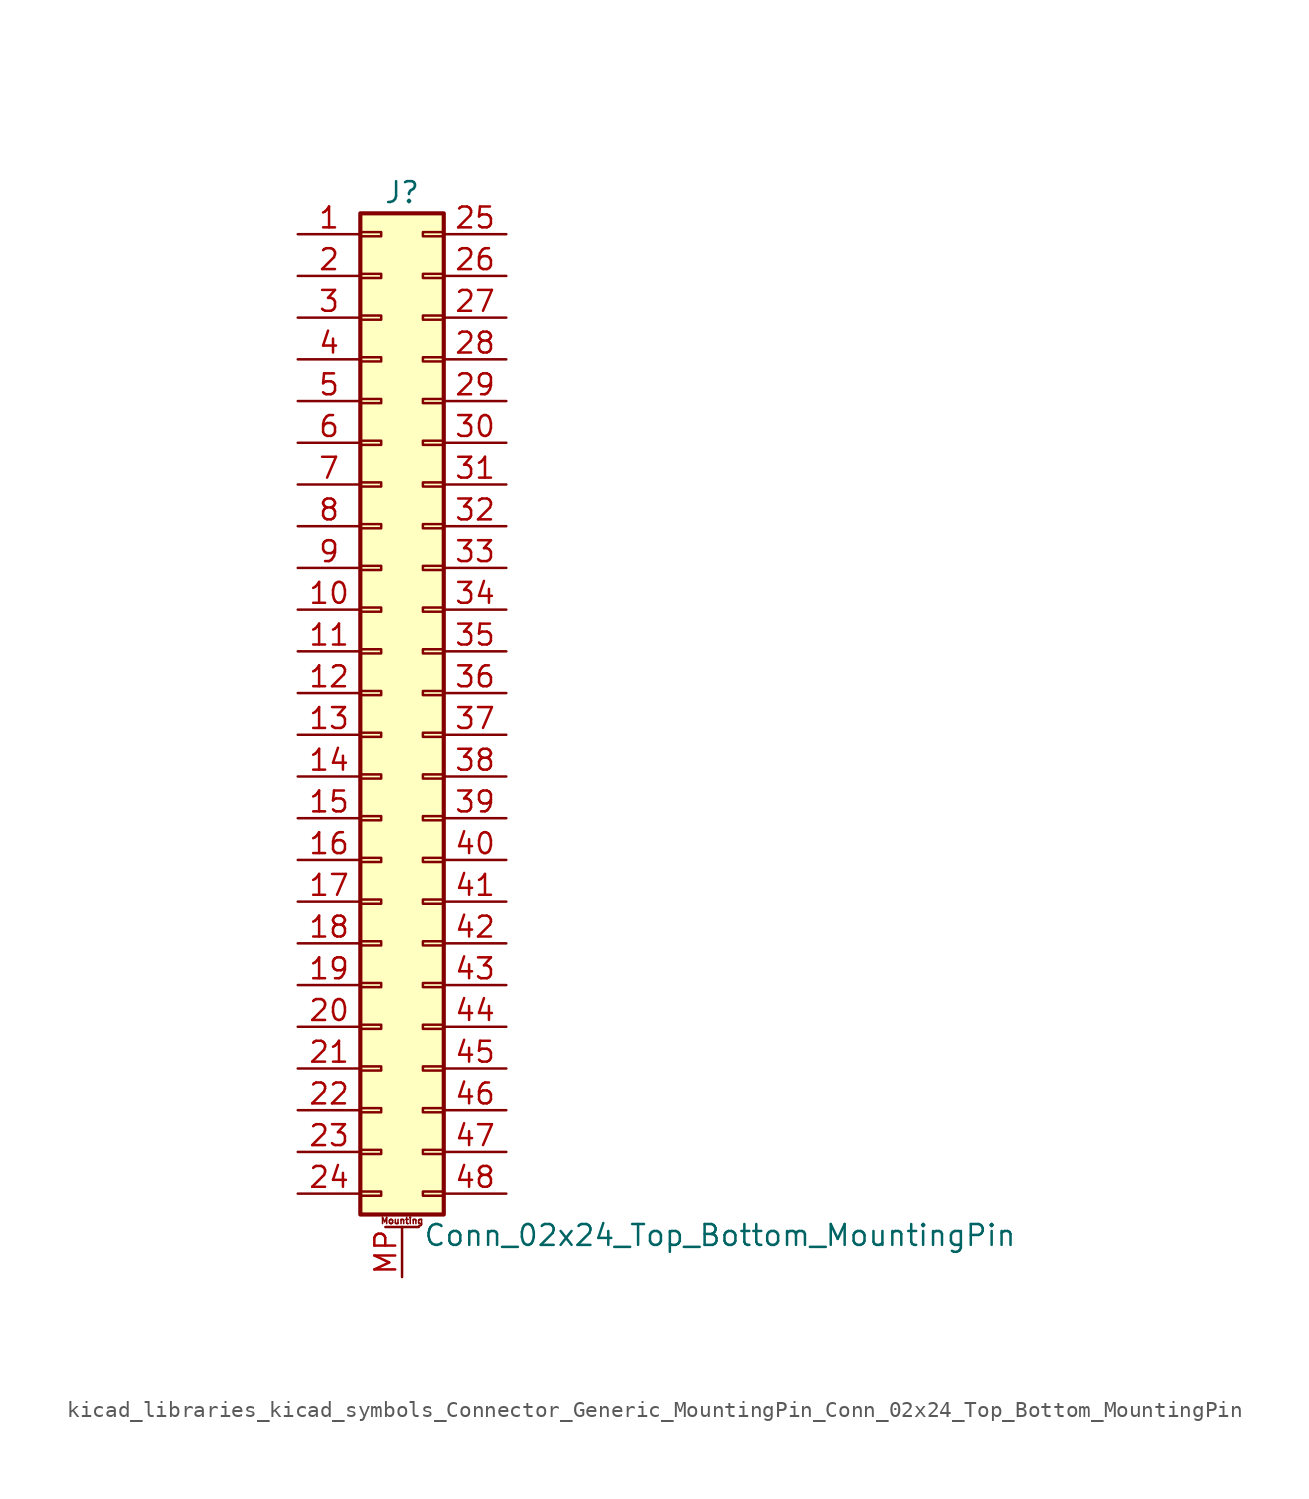
<source format=kicad_sym>
(kicad_symbol_lib
  (version 20220914)
  (generator kicad_symbol_editor)
  (symbol "kicad_libraries_kicad_symbols_Connector_Generic_MountingPin_Conn_02x24_Top_Bottom_MountingPin"
    (pin_names
      (offset 1.016) hide)
    (property "Reference" "J"
      (at 1.27 30.48 0)
      (effects (font (size 1.27 1.27))))
    (property "Value" "Conn_02x24_Top_Bottom_MountingPin"
      (at 2.54 -33.02 0)
      (effects (font (size 1.27 1.27)) (justify left)))
    (symbol "kicad_libraries_kicad_symbols_Connector_Generic_MountingPin_Conn_02x24_Top_Bottom_MountingPin_1_1"
      (rectangle (start -1.27 -30.353) (end 0 -30.607) (stroke (width 0.152) (type default)) (fill (type none)))
      (rectangle (start -1.27 -27.813) (end 0 -28.067) (stroke (width 0.152) (type default)) (fill (type none)))
      (rectangle (start -1.27 -25.273) (end 0 -25.527) (stroke (width 0.152) (type default)) (fill (type none)))
      (rectangle (start -1.27 -22.733) (end 0 -22.987) (stroke (width 0.152) (type default)) (fill (type none)))
      (rectangle (start -1.27 -20.193) (end 0 -20.447) (stroke (width 0.152) (type default)) (fill (type none)))
      (rectangle (start -1.27 -17.653) (end 0 -17.907) (stroke (width 0.152) (type default)) (fill (type none)))
      (rectangle (start -1.27 -15.113) (end 0 -15.367) (stroke (width 0.152) (type default)) (fill (type none)))
      (rectangle (start -1.27 -12.573) (end 0 -12.827) (stroke (width 0.152) (type default)) (fill (type none)))
      (rectangle (start -1.27 -10.033) (end 0 -10.287) (stroke (width 0.152) (type default)) (fill (type none)))
      (rectangle (start -1.27 -7.493) (end 0 -7.747) (stroke (width 0.152) (type default)) (fill (type none)))
      (rectangle (start -1.27 -4.953) (end 0 -5.207) (stroke (width 0.152) (type default)) (fill (type none)))
      (rectangle (start -1.27 -2.413) (end 0 -2.667) (stroke (width 0.152) (type default)) (fill (type none)))
      (rectangle (start -1.27 0.127) (end 0 -0.127) (stroke (width 0.152) (type default)) (fill (type none)))
      (rectangle (start -1.27 2.667) (end 0 2.413) (stroke (width 0.152) (type default)) (fill (type none)))
      (rectangle (start -1.27 5.207) (end 0 4.953) (stroke (width 0.152) (type default)) (fill (type none)))
      (rectangle (start -1.27 7.747) (end 0 7.493) (stroke (width 0.152) (type default)) (fill (type none)))
      (rectangle (start -1.27 10.287) (end 0 10.033) (stroke (width 0.152) (type default)) (fill (type none)))
      (rectangle (start -1.27 12.827) (end 0 12.573) (stroke (width 0.152) (type default)) (fill (type none)))
      (rectangle (start -1.27 15.367) (end 0 15.113) (stroke (width 0.152) (type default)) (fill (type none)))
      (rectangle (start -1.27 17.907) (end 0 17.653) (stroke (width 0.152) (type default)) (fill (type none)))
      (rectangle (start -1.27 20.447) (end 0 20.193) (stroke (width 0.152) (type default)) (fill (type none)))
      (rectangle (start -1.27 22.987) (end 0 22.733) (stroke (width 0.152) (type default)) (fill (type none)))
      (rectangle (start -1.27 25.527) (end 0 25.273) (stroke (width 0.152) (type default)) (fill (type none)))
      (rectangle (start -1.27 28.067) (end 0 27.813) (stroke (width 0.152) (type default)) (fill (type none)))
      (rectangle (start -1.27 29.21) (end 3.81 -31.75) (stroke (width 0.254) (type default)) (fill (type background)))
      (polyline (pts (xy 0.254 -32.512) (xy 2.286 -32.512)) (stroke (width 0.152) (type default)) (fill (type none)))
      (rectangle (start 3.81 -30.353) (end 2.54 -30.607) (stroke (width 0.152) (type default)) (fill (type none)))
      (rectangle (start 3.81 -27.813) (end 2.54 -28.067) (stroke (width 0.152) (type default)) (fill (type none)))
      (rectangle (start 3.81 -25.273) (end 2.54 -25.527) (stroke (width 0.152) (type default)) (fill (type none)))
      (rectangle (start 3.81 -22.733) (end 2.54 -22.987) (stroke (width 0.152) (type default)) (fill (type none)))
      (rectangle (start 3.81 -20.193) (end 2.54 -20.447) (stroke (width 0.152) (type default)) (fill (type none)))
      (rectangle (start 3.81 -17.653) (end 2.54 -17.907) (stroke (width 0.152) (type default)) (fill (type none)))
      (rectangle (start 3.81 -15.113) (end 2.54 -15.367) (stroke (width 0.152) (type default)) (fill (type none)))
      (rectangle (start 3.81 -12.573) (end 2.54 -12.827) (stroke (width 0.152) (type default)) (fill (type none)))
      (rectangle (start 3.81 -10.033) (end 2.54 -10.287) (stroke (width 0.152) (type default)) (fill (type none)))
      (rectangle (start 3.81 -7.493) (end 2.54 -7.747) (stroke (width 0.152) (type default)) (fill (type none)))
      (rectangle (start 3.81 -4.953) (end 2.54 -5.207) (stroke (width 0.152) (type default)) (fill (type none)))
      (rectangle (start 3.81 -2.413) (end 2.54 -2.667) (stroke (width 0.152) (type default)) (fill (type none)))
      (rectangle (start 3.81 0.127) (end 2.54 -0.127) (stroke (width 0.152) (type default)) (fill (type none)))
      (rectangle (start 3.81 2.667) (end 2.54 2.413) (stroke (width 0.152) (type default)) (fill (type none)))
      (rectangle (start 3.81 5.207) (end 2.54 4.953) (stroke (width 0.152) (type default)) (fill (type none)))
      (rectangle (start 3.81 7.747) (end 2.54 7.493) (stroke (width 0.152) (type default)) (fill (type none)))
      (rectangle (start 3.81 10.287) (end 2.54 10.033) (stroke (width 0.152) (type default)) (fill (type none)))
      (rectangle (start 3.81 12.827) (end 2.54 12.573) (stroke (width 0.152) (type default)) (fill (type none)))
      (rectangle (start 3.81 15.367) (end 2.54 15.113) (stroke (width 0.152) (type default)) (fill (type none)))
      (rectangle (start 3.81 17.907) (end 2.54 17.653) (stroke (width 0.152) (type default)) (fill (type none)))
      (rectangle (start 3.81 20.447) (end 2.54 20.193) (stroke (width 0.152) (type default)) (fill (type none)))
      (rectangle (start 3.81 22.987) (end 2.54 22.733) (stroke (width 0.152) (type default)) (fill (type none)))
      (rectangle (start 3.81 25.527) (end 2.54 25.273) (stroke (width 0.152) (type default)) (fill (type none)))
      (rectangle (start 3.81 28.067) (end 2.54 27.813) (stroke (width 0.152) (type default)) (fill (type none)))
      (text "Mounting" (at 1.27 -32.131 0) (effects (font (size 0.381 0.381))))
      (pin passive line (at -5.08 27.94 0) (length 3.81) (name "Pin_1" (effects (font (size 1.27 1.27)))) (number "1" (effects (font (size 1.27 1.27)))))
      (pin passive line (at -5.08 5.08 0) (length 3.81) (name "Pin_10" (effects (font (size 1.27 1.27)))) (number "10" (effects (font (size 1.27 1.27)))))
      (pin passive line (at -5.08 2.54 0) (length 3.81) (name "Pin_11" (effects (font (size 1.27 1.27)))) (number "11" (effects (font (size 1.27 1.27)))))
      (pin passive line (at -5.08 0 0) (length 3.81) (name "Pin_12" (effects (font (size 1.27 1.27)))) (number "12" (effects (font (size 1.27 1.27)))))
      (pin passive line (at -5.08 -2.54 0) (length 3.81) (name "Pin_13" (effects (font (size 1.27 1.27)))) (number "13" (effects (font (size 1.27 1.27)))))
      (pin passive line (at -5.08 -5.08 0) (length 3.81) (name "Pin_14" (effects (font (size 1.27 1.27)))) (number "14" (effects (font (size 1.27 1.27)))))
      (pin passive line (at -5.08 -7.62 0) (length 3.81) (name "Pin_15" (effects (font (size 1.27 1.27)))) (number "15" (effects (font (size 1.27 1.27)))))
      (pin passive line (at -5.08 -10.16 0) (length 3.81) (name "Pin_16" (effects (font (size 1.27 1.27)))) (number "16" (effects (font (size 1.27 1.27)))))
      (pin passive line (at -5.08 -12.7 0) (length 3.81) (name "Pin_17" (effects (font (size 1.27 1.27)))) (number "17" (effects (font (size 1.27 1.27)))))
      (pin passive line (at -5.08 -15.24 0) (length 3.81) (name "Pin_18" (effects (font (size 1.27 1.27)))) (number "18" (effects (font (size 1.27 1.27)))))
      (pin passive line (at -5.08 -17.78 0) (length 3.81) (name "Pin_19" (effects (font (size 1.27 1.27)))) (number "19" (effects (font (size 1.27 1.27)))))
      (pin passive line (at -5.08 25.4 0) (length 3.81) (name "Pin_2" (effects (font (size 1.27 1.27)))) (number "2" (effects (font (size 1.27 1.27)))))
      (pin passive line (at -5.08 -20.32 0) (length 3.81) (name "Pin_20" (effects (font (size 1.27 1.27)))) (number "20" (effects (font (size 1.27 1.27)))))
      (pin passive line (at -5.08 -22.86 0) (length 3.81) (name "Pin_21" (effects (font (size 1.27 1.27)))) (number "21" (effects (font (size 1.27 1.27)))))
      (pin passive line (at -5.08 -25.4 0) (length 3.81) (name "Pin_22" (effects (font (size 1.27 1.27)))) (number "22" (effects (font (size 1.27 1.27)))))
      (pin passive line (at -5.08 -27.94 0) (length 3.81) (name "Pin_23" (effects (font (size 1.27 1.27)))) (number "23" (effects (font (size 1.27 1.27)))))
      (pin passive line (at -5.08 -30.48 0) (length 3.81) (name "Pin_24" (effects (font (size 1.27 1.27)))) (number "24" (effects (font (size 1.27 1.27)))))
      (pin passive line (at 7.62 27.94 180) (length 3.81) (name "Pin_25" (effects (font (size 1.27 1.27)))) (number "25" (effects (font (size 1.27 1.27)))))
      (pin passive line (at 7.62 25.4 180) (length 3.81) (name "Pin_26" (effects (font (size 1.27 1.27)))) (number "26" (effects (font (size 1.27 1.27)))))
      (pin passive line (at 7.62 22.86 180) (length 3.81) (name "Pin_27" (effects (font (size 1.27 1.27)))) (number "27" (effects (font (size 1.27 1.27)))))
      (pin passive line (at 7.62 20.32 180) (length 3.81) (name "Pin_28" (effects (font (size 1.27 1.27)))) (number "28" (effects (font (size 1.27 1.27)))))
      (pin passive line (at 7.62 17.78 180) (length 3.81) (name "Pin_29" (effects (font (size 1.27 1.27)))) (number "29" (effects (font (size 1.27 1.27)))))
      (pin passive line (at -5.08 22.86 0) (length 3.81) (name "Pin_3" (effects (font (size 1.27 1.27)))) (number "3" (effects (font (size 1.27 1.27)))))
      (pin passive line (at 7.62 15.24 180) (length 3.81) (name "Pin_30" (effects (font (size 1.27 1.27)))) (number "30" (effects (font (size 1.27 1.27)))))
      (pin passive line (at 7.62 12.7 180) (length 3.81) (name "Pin_31" (effects (font (size 1.27 1.27)))) (number "31" (effects (font (size 1.27 1.27)))))
      (pin passive line (at 7.62 10.16 180) (length 3.81) (name "Pin_32" (effects (font (size 1.27 1.27)))) (number "32" (effects (font (size 1.27 1.27)))))
      (pin passive line (at 7.62 7.62 180) (length 3.81) (name "Pin_33" (effects (font (size 1.27 1.27)))) (number "33" (effects (font (size 1.27 1.27)))))
      (pin passive line (at 7.62 5.08 180) (length 3.81) (name "Pin_34" (effects (font (size 1.27 1.27)))) (number "34" (effects (font (size 1.27 1.27)))))
      (pin passive line (at 7.62 2.54 180) (length 3.81) (name "Pin_35" (effects (font (size 1.27 1.27)))) (number "35" (effects (font (size 1.27 1.27)))))
      (pin passive line (at 7.62 0 180) (length 3.81) (name "Pin_36" (effects (font (size 1.27 1.27)))) (number "36" (effects (font (size 1.27 1.27)))))
      (pin passive line (at 7.62 -2.54 180) (length 3.81) (name "Pin_37" (effects (font (size 1.27 1.27)))) (number "37" (effects (font (size 1.27 1.27)))))
      (pin passive line (at 7.62 -5.08 180) (length 3.81) (name "Pin_38" (effects (font (size 1.27 1.27)))) (number "38" (effects (font (size 1.27 1.27)))))
      (pin passive line (at 7.62 -7.62 180) (length 3.81) (name "Pin_39" (effects (font (size 1.27 1.27)))) (number "39" (effects (font (size 1.27 1.27)))))
      (pin passive line (at -5.08 20.32 0) (length 3.81) (name "Pin_4" (effects (font (size 1.27 1.27)))) (number "4" (effects (font (size 1.27 1.27)))))
      (pin passive line (at 7.62 -10.16 180) (length 3.81) (name "Pin_40" (effects (font (size 1.27 1.27)))) (number "40" (effects (font (size 1.27 1.27)))))
      (pin passive line (at 7.62 -12.7 180) (length 3.81) (name "Pin_41" (effects (font (size 1.27 1.27)))) (number "41" (effects (font (size 1.27 1.27)))))
      (pin passive line (at 7.62 -15.24 180) (length 3.81) (name "Pin_42" (effects (font (size 1.27 1.27)))) (number "42" (effects (font (size 1.27 1.27)))))
      (pin passive line (at 7.62 -17.78 180) (length 3.81) (name "Pin_43" (effects (font (size 1.27 1.27)))) (number "43" (effects (font (size 1.27 1.27)))))
      (pin passive line (at 7.62 -20.32 180) (length 3.81) (name "Pin_44" (effects (font (size 1.27 1.27)))) (number "44" (effects (font (size 1.27 1.27)))))
      (pin passive line (at 7.62 -22.86 180) (length 3.81) (name "Pin_45" (effects (font (size 1.27 1.27)))) (number "45" (effects (font (size 1.27 1.27)))))
      (pin passive line (at 7.62 -25.4 180) (length 3.81) (name "Pin_46" (effects (font (size 1.27 1.27)))) (number "46" (effects (font (size 1.27 1.27)))))
      (pin passive line (at 7.62 -27.94 180) (length 3.81) (name "Pin_47" (effects (font (size 1.27 1.27)))) (number "47" (effects (font (size 1.27 1.27)))))
      (pin passive line (at 7.62 -30.48 180) (length 3.81) (name "Pin_48" (effects (font (size 1.27 1.27)))) (number "48" (effects (font (size 1.27 1.27)))))
      (pin passive line (at -5.08 17.78 0) (length 3.81) (name "Pin_5" (effects (font (size 1.27 1.27)))) (number "5" (effects (font (size 1.27 1.27)))))
      (pin passive line (at -5.08 15.24 0) (length 3.81) (name "Pin_6" (effects (font (size 1.27 1.27)))) (number "6" (effects (font (size 1.27 1.27)))))
      (pin passive line (at -5.08 12.7 0) (length 3.81) (name "Pin_7" (effects (font (size 1.27 1.27)))) (number "7" (effects (font (size 1.27 1.27)))))
      (pin passive line (at -5.08 10.16 0) (length 3.81) (name "Pin_8" (effects (font (size 1.27 1.27)))) (number "8" (effects (font (size 1.27 1.27)))))
      (pin passive line (at -5.08 7.62 0) (length 3.81) (name "Pin_9" (effects (font (size 1.27 1.27)))) (number "9" (effects (font (size 1.27 1.27)))))
      (pin passive line (at 1.27 -35.56 90) (length 3.048) (name "MountPin" (effects (font (size 1.27 1.27)))) (number "MP" (effects (font (size 1.27 1.27))))))))
</source>
